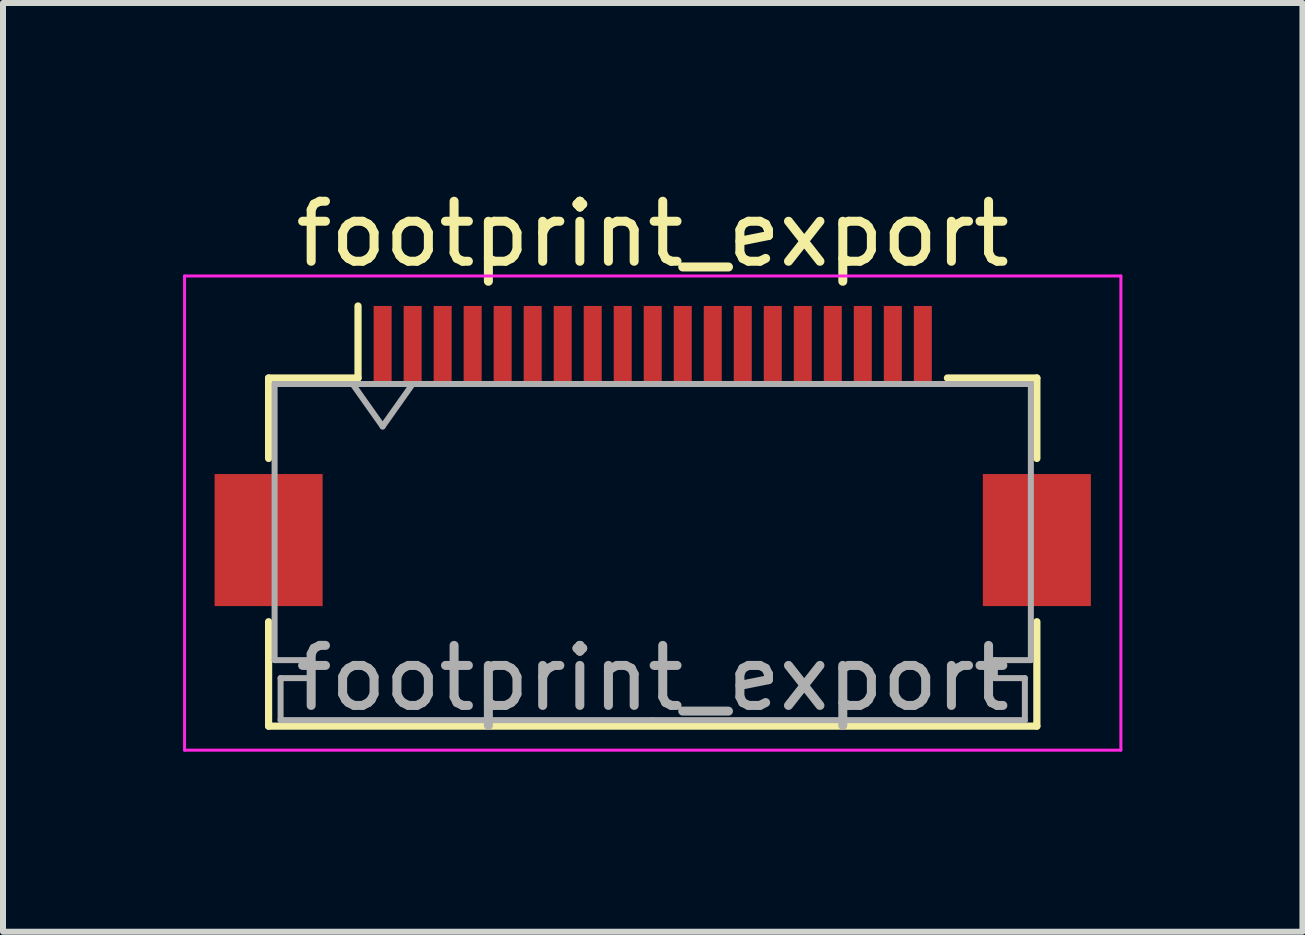
<source format=kicad_pcb>
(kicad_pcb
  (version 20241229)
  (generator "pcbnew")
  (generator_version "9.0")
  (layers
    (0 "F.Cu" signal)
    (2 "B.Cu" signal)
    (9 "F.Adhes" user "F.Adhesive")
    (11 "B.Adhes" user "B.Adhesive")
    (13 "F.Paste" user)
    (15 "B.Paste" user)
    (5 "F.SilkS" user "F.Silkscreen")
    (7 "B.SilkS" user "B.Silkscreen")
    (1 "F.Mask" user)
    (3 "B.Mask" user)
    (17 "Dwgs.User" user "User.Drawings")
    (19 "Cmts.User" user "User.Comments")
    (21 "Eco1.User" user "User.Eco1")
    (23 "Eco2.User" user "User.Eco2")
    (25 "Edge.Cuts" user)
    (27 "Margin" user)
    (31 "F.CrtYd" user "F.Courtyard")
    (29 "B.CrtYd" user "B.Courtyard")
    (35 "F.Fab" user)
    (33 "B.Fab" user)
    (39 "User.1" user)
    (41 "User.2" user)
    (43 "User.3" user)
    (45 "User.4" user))
  (footprint "footprint_export"
    (layer "F.Cu")
    (at 7.825 4.548)
    (property "Reference" "footprint_export" (at 0 -3.7 0) (layer "F.SilkS") (effects (font (size 1 1) (thickness 0.15))))
    (attr smd)
    (fp_line (start -6.4 -1.3) (end -6.4 0.04) (stroke (width 0.12) (type solid)) (layer "F.SilkS"))
    (fp_line (start -6.4 2.76) (end -6.4 4.5) (stroke (width 0.12) (type solid)) (layer "F.SilkS"))
    (fp_line (start -6.4 4.5) (end 6.4 4.5) (stroke (width 0.12) (type solid)) (layer "F.SilkS"))
    (fp_line (start -4.91 -1.3) (end -6.4 -1.3) (stroke (width 0.12) (type solid)) (layer "F.SilkS"))
    (fp_line (start -4.91 -1.3) (end -4.91 -2.5) (stroke (width 0.12) (type solid)) (layer "F.SilkS"))
    (fp_line (start 4.91 -1.3) (end 6.4 -1.3) (stroke (width 0.12) (type solid)) (layer "F.SilkS"))
    (fp_line (start 6.4 -1.3) (end 6.4 0.04) (stroke (width 0.12) (type solid)) (layer "F.SilkS"))
    (fp_line (start 6.4 4.5) (end 6.4 2.76) (stroke (width 0.12) (type solid)) (layer "F.SilkS"))
    (fp_line (start -7.8 -3) (end -7.8 4.9) (stroke (width 0.05) (type solid)) (layer "F.CrtYd"))
    (fp_line (start -7.8 4.9) (end 7.8 4.9) (stroke (width 0.05) (type solid)) (layer "F.CrtYd"))
    (fp_line (start 7.8 -3) (end -7.8 -3) (stroke (width 0.05) (type solid)) (layer "F.CrtYd"))
    (fp_line (start 7.8 4.9) (end 7.8 -3) (stroke (width 0.05) (type solid)) (layer "F.CrtYd"))
    (fp_line (start -6.3 -1.2) (end -6.3 3.4) (stroke (width 0.1) (type solid)) (layer "F.Fab"))
    (fp_line (start -6.3 3.4) (end -5.7 3.4) (stroke (width 0.1) (type solid)) (layer "F.Fab"))
    (fp_line (start -6.2 3.7) (end -6.2 4.4) (stroke (width 0.1) (type solid)) (layer "F.Fab"))
    (fp_line (start -6.2 4.4) (end 0 4.4) (stroke (width 0.1) (type solid)) (layer "F.Fab"))
    (fp_line (start -5.7 3.4) (end -5.7 3.7) (stroke (width 0.1) (type solid)) (layer "F.Fab"))
    (fp_line (start -5.7 3.7) (end -6.2 3.7) (stroke (width 0.1) (type solid)) (layer "F.Fab"))
    (fp_line (start -5 -1.2) (end -4.5 -0.493) (stroke (width 0.1) (type solid)) (layer "F.Fab"))
    (fp_line (start -4.5 -0.493) (end -4 -1.2) (stroke (width 0.1) (type solid)) (layer "F.Fab"))
    (fp_line (start 0 -1.2) (end -6.3 -1.2) (stroke (width 0.1) (type solid)) (layer "F.Fab"))
    (fp_line (start 0 -1.2) (end 6.3 -1.2) (stroke (width 0.1) (type solid)) (layer "F.Fab"))
    (fp_line (start 5.7 3.4) (end 5.7 3.7) (stroke (width 0.1) (type solid)) (layer "F.Fab"))
    (fp_line (start 5.7 3.7) (end 6.2 3.7) (stroke (width 0.1) (type solid)) (layer "F.Fab"))
    (fp_line (start 6.2 3.7) (end 6.2 4.4) (stroke (width 0.1) (type solid)) (layer "F.Fab"))
    (fp_line (start 6.2 4.4) (end 0 4.4) (stroke (width 0.1) (type solid)) (layer "F.Fab"))
    (fp_line (start 6.3 -1.2) (end 6.3 3.4) (stroke (width 0.1) (type solid)) (layer "F.Fab"))
    (fp_line (start 6.3 3.4) (end 5.7 3.4) (stroke (width 0.1) (type solid)) (layer "F.Fab"))
    (fp_text user "${REFERENCE}" (at 0 3.7 0) (layer "F.Fab") (effects (font (size 1 1) (thickness 0.15))))
    (pad "1" smd rect (at -4.5 -1.85) (size 0.3 1.3) (layers "F.Cu" "F.Mask" "F.Paste"))
    (pad "2" smd rect (at -4 -1.85) (size 0.3 1.3) (layers "F.Cu" "F.Mask" "F.Paste"))
    (pad "3" smd rect (at -3.5 -1.85) (size 0.3 1.3) (layers "F.Cu" "F.Mask" "F.Paste"))
    (pad "4" smd rect (at -3 -1.85) (size 0.3 1.3) (layers "F.Cu" "F.Mask" "F.Paste"))
    (pad "5" smd rect (at -2.5 -1.85) (size 0.3 1.3) (layers "F.Cu" "F.Mask" "F.Paste"))
    (pad "6" smd rect (at -2 -1.85) (size 0.3 1.3) (layers "F.Cu" "F.Mask" "F.Paste"))
    (pad "7" smd rect (at -1.5 -1.85) (size 0.3 1.3) (layers "F.Cu" "F.Mask" "F.Paste"))
    (pad "8" smd rect (at -1 -1.85) (size 0.3 1.3) (layers "F.Cu" "F.Mask" "F.Paste"))
    (pad "9" smd rect (at -0.5 -1.85) (size 0.3 1.3) (layers "F.Cu" "F.Mask" "F.Paste"))
    (pad "10" smd rect (at 0 -1.85) (size 0.3 1.3) (layers "F.Cu" "F.Mask" "F.Paste"))
    (pad "11" smd rect (at 0.5 -1.85) (size 0.3 1.3) (layers "F.Cu" "F.Mask" "F.Paste"))
    (pad "12" smd rect (at 1 -1.85) (size 0.3 1.3) (layers "F.Cu" "F.Mask" "F.Paste"))
    (pad "13" smd rect (at 1.5 -1.85) (size 0.3 1.3) (layers "F.Cu" "F.Mask" "F.Paste"))
    (pad "14" smd rect (at 2 -1.85) (size 0.3 1.3) (layers "F.Cu" "F.Mask" "F.Paste"))
    (pad "15" smd rect (at 2.5 -1.85) (size 0.3 1.3) (layers "F.Cu" "F.Mask" "F.Paste"))
    (pad "16" smd rect (at 3 -1.85) (size 0.3 1.3) (layers "F.Cu" "F.Mask" "F.Paste"))
    (pad "17" smd rect (at 3.5 -1.85) (size 0.3 1.3) (layers "F.Cu" "F.Mask" "F.Paste"))
    (pad "18" smd rect (at 4 -1.85) (size 0.3 1.3) (layers "F.Cu" "F.Mask" "F.Paste"))
    (pad "19" smd rect (at 4.5 -1.85) (size 0.3 1.3) (layers "F.Cu" "F.Mask" "F.Paste"))
    (pad "MP" smd rect (at -6.4 1.4) (size 1.8 2.2) (layers "F.Cu" "F.Mask" "F.Paste"))
    (pad "MP" smd rect (at 6.4 1.4) (size 1.8 2.2) (layers "F.Cu" "F.Mask" "F.Paste")))
  (gr_rect
    (start -3 -3)
    (end 18.65 12.473)
    (stroke (width 0.1) (type default))
    (fill no)
    (layer "Edge.Cuts")))
</source>
